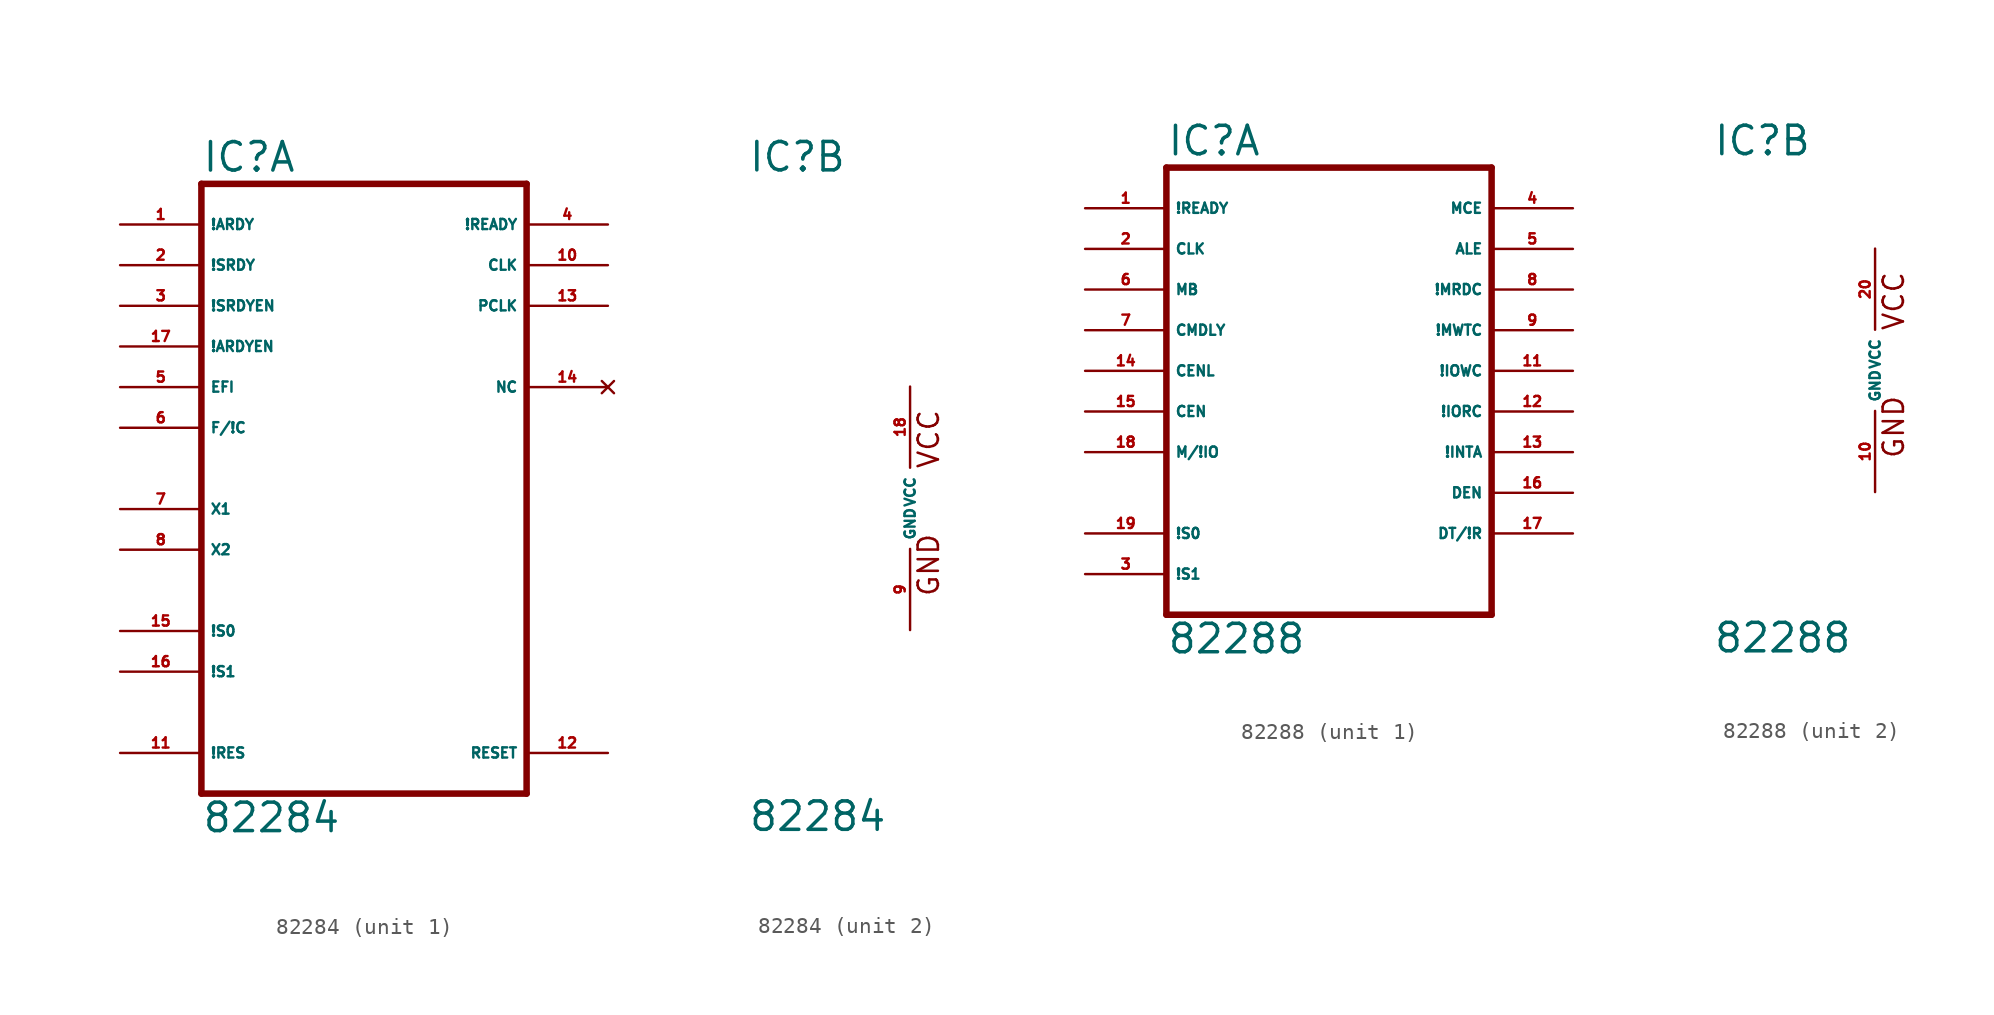
<source format=kicad_sym>
(kicad_symbol_lib
  (version 20220914)
  (generator Eagle2Kicad)
  (symbol "82284"
    (property "Reference" "IC"
      (at -10.16 20.955 0)
      (effects (font (size 1.778 1.778) (thickness 0.22)) (justify left bottom)))
    (property "Value" "82284"
      (at -10.16 -20.32 0)
      (effects (font (size 1.778 1.778) (thickness 0.22)) (justify left bottom)))
    (symbol "82284_1_0"
      (polyline (pts (xy -10.16 -17.78) (xy 10.16 -17.78)) (stroke (width 0.406) (type default)) (fill (type none)))
      (polyline (pts (xy 10.16 -17.78) (xy 10.16 20.32)) (stroke (width 0.406) (type default)) (fill (type none)))
      (polyline (pts (xy 10.16 20.32) (xy -10.16 20.32)) (stroke (width 0.406) (type default)) (fill (type none)))
      (polyline (pts (xy -10.16 20.32) (xy -10.16 -17.78)) (stroke (width 0.406) (type default)) (fill (type none)))
      (pin input line (at -15.24 -15.24 0) (length 5.08) (name "!RES" (effects (font (size 0.635 0.635) (thickness 0.08)) (justify left bottom))) (number "11" (effects (font (size 0.635 0.635) (thickness 0.08)) (justify left bottom))))
      (pin input line (at -15.24 17.78 0) (length 5.08) (name "!ARDY" (effects (font (size 0.635 0.635) (thickness 0.08)) (justify left bottom))) (number "1" (effects (font (size 0.635 0.635) (thickness 0.08)) (justify left bottom))))
      (pin input line (at -15.24 15.24 0) (length 5.08) (name "!SRDY" (effects (font (size 0.635 0.635) (thickness 0.08)) (justify left bottom))) (number "2" (effects (font (size 0.635 0.635) (thickness 0.08)) (justify left bottom))))
      (pin input line (at -15.24 12.7 0) (length 5.08) (name "!SRDYEN" (effects (font (size 0.635 0.635) (thickness 0.08)) (justify left bottom))) (number "3" (effects (font (size 0.635 0.635) (thickness 0.08)) (justify left bottom))))
      (pin input line (at -15.24 7.62 0) (length 5.08) (name "EFI" (effects (font (size 0.635 0.635) (thickness 0.08)) (justify left bottom))) (number "5" (effects (font (size 0.635 0.635) (thickness 0.08)) (justify left bottom))))
      (pin input line (at -15.24 5.08 0) (length 5.08) (name "F/!C" (effects (font (size 0.635 0.635) (thickness 0.08)) (justify left bottom))) (number "6" (effects (font (size 0.635 0.635) (thickness 0.08)) (justify left bottom))))
      (pin input line (at -15.24 0 0) (length 5.08) (name "X1" (effects (font (size 0.635 0.635) (thickness 0.08)) (justify left bottom))) (number "7" (effects (font (size 0.635 0.635) (thickness 0.08)) (justify left bottom))))
      (pin input line (at -15.24 -7.62 0) (length 5.08) (name "!S0" (effects (font (size 0.635 0.635) (thickness 0.08)) (justify left bottom))) (number "15" (effects (font (size 0.635 0.635) (thickness 0.08)) (justify left bottom))))
      (pin input line (at -15.24 -10.16 0) (length 5.08) (name "!S1" (effects (font (size 0.635 0.635) (thickness 0.08)) (justify left bottom))) (number "16" (effects (font (size 0.635 0.635) (thickness 0.08)) (justify left bottom))))
      (pin input line (at -15.24 10.16 0) (length 5.08) (name "!ARDYEN" (effects (font (size 0.635 0.635) (thickness 0.08)) (justify left bottom))) (number "17" (effects (font (size 0.635 0.635) (thickness 0.08)) (justify left bottom))))
      (pin input line (at -15.24 -2.54 0) (length 5.08) (name "X2" (effects (font (size 0.635 0.635) (thickness 0.08)) (justify left bottom))) (number "8" (effects (font (size 0.635 0.635) (thickness 0.08)) (justify left bottom))))
      (pin output line (at 15.24 17.78 180) (length 5.08) (name "!READY" (effects (font (size 0.635 0.635) (thickness 0.08)) (justify left bottom))) (number "4" (effects (font (size 0.635 0.635) (thickness 0.08)) (justify left bottom))))
      (pin output line (at 15.24 15.24 180) (length 5.08) (name "CLK" (effects (font (size 0.635 0.635) (thickness 0.08)) (justify left bottom))) (number "10" (effects (font (size 0.635 0.635) (thickness 0.08)) (justify left bottom))))
      (pin output line (at 15.24 -15.24 180) (length 5.08) (name "RESET" (effects (font (size 0.635 0.635) (thickness 0.08)) (justify left bottom))) (number "12" (effects (font (size 0.635 0.635) (thickness 0.08)) (justify left bottom))))
      (pin output line (at 15.24 12.7 180) (length 5.08) (name "PCLK" (effects (font (size 0.635 0.635) (thickness 0.08)) (justify left bottom))) (number "13" (effects (font (size 0.635 0.635) (thickness 0.08)) (justify left bottom))))
      (pin no_connect line (at 15.24 7.62 180) (length 5.08) (name "NC" (effects (font (size 0.635 0.635) (thickness 0.08)) (justify left bottom) hide)) (number "14" (effects (font (size 0.635 0.635) (thickness 0.08)) (justify left bottom) hide))))
    (symbol "82284_2_0"
      (text "GND" (at 1.905 -5.588 900) (effects (font (size 1.27 1.27) (thickness 0.16)) (justify left bottom)))
      (text "VCC" (at 1.905 2.413 900) (effects (font (size 1.27 1.27) (thickness 0.16)) (justify left bottom)))
      (pin unspecified line (at 0 7.62 270) (length 5.08) (name "VCC" (effects (font (size 0.635 0.635) (thickness 0.08)) (justify left bottom))) (number "18" (effects (font (size 0.635 0.635) (thickness 0.08)) (justify left bottom))))
      (pin unspecified line (at 0 -7.62 90) (length 5.08) (name "GND" (effects (font (size 0.635 0.635) (thickness 0.08)) (justify left bottom))) (number "9" (effects (font (size 0.635 0.635) (thickness 0.08)) (justify left bottom))))))
  (symbol "82288"
    (property "Reference" "IC"
      (at -10.16 13.335 0)
      (effects (font (size 1.778 1.778) (thickness 0.22)) (justify left bottom)))
    (property "Value" "82288"
      (at -10.16 -17.78 0)
      (effects (font (size 1.778 1.778) (thickness 0.22)) (justify left bottom)))
    (symbol "82288_1_0"
      (polyline (pts (xy -10.16 -15.24) (xy 10.16 -15.24)) (stroke (width 0.406) (type default)) (fill (type none)))
      (polyline (pts (xy 10.16 -15.24) (xy 10.16 12.7)) (stroke (width 0.406) (type default)) (fill (type none)))
      (polyline (pts (xy 10.16 12.7) (xy -10.16 12.7)) (stroke (width 0.406) (type default)) (fill (type none)))
      (polyline (pts (xy -10.16 12.7) (xy -10.16 -15.24)) (stroke (width 0.406) (type default)) (fill (type none)))
      (pin input line (at -15.24 10.16 0) (length 5.08) (name "!READY" (effects (font (size 0.635 0.635) (thickness 0.08)) (justify left bottom))) (number "1" (effects (font (size 0.635 0.635) (thickness 0.08)) (justify left bottom))))
      (pin input line (at -15.24 7.62 0) (length 5.08) (name "CLK" (effects (font (size 0.635 0.635) (thickness 0.08)) (justify left bottom))) (number "2" (effects (font (size 0.635 0.635) (thickness 0.08)) (justify left bottom))))
      (pin input line (at -15.24 5.08 0) (length 5.08) (name "MB" (effects (font (size 0.635 0.635) (thickness 0.08)) (justify left bottom))) (number "6" (effects (font (size 0.635 0.635) (thickness 0.08)) (justify left bottom))))
      (pin input line (at -15.24 2.54 0) (length 5.08) (name "CMDLY" (effects (font (size 0.635 0.635) (thickness 0.08)) (justify left bottom))) (number "7" (effects (font (size 0.635 0.635) (thickness 0.08)) (justify left bottom))))
      (pin input line (at -15.24 0 0) (length 5.08) (name "CENL" (effects (font (size 0.635 0.635) (thickness 0.08)) (justify left bottom))) (number "14" (effects (font (size 0.635 0.635) (thickness 0.08)) (justify left bottom))))
      (pin input line (at -15.24 -10.16 0) (length 5.08) (name "!S0" (effects (font (size 0.635 0.635) (thickness 0.08)) (justify left bottom))) (number "19" (effects (font (size 0.635 0.635) (thickness 0.08)) (justify left bottom))))
      (pin input line (at -15.24 -12.7 0) (length 5.08) (name "!S1" (effects (font (size 0.635 0.635) (thickness 0.08)) (justify left bottom))) (number "3" (effects (font (size 0.635 0.635) (thickness 0.08)) (justify left bottom))))
      (pin output line (at 15.24 10.16 180) (length 5.08) (name "MCE" (effects (font (size 0.635 0.635) (thickness 0.08)) (justify left bottom))) (number "4" (effects (font (size 0.635 0.635) (thickness 0.08)) (justify left bottom))))
      (pin output line (at 15.24 7.62 180) (length 5.08) (name "ALE" (effects (font (size 0.635 0.635) (thickness 0.08)) (justify left bottom))) (number "5" (effects (font (size 0.635 0.635) (thickness 0.08)) (justify left bottom))))
      (pin output line (at 15.24 5.08 180) (length 5.08) (name "!MRDC" (effects (font (size 0.635 0.635) (thickness 0.08)) (justify left bottom))) (number "8" (effects (font (size 0.635 0.635) (thickness 0.08)) (justify left bottom))))
      (pin output line (at 15.24 2.54 180) (length 5.08) (name "!MWTC" (effects (font (size 0.635 0.635) (thickness 0.08)) (justify left bottom))) (number "9" (effects (font (size 0.635 0.635) (thickness 0.08)) (justify left bottom))))
      (pin output line (at 15.24 0 180) (length 5.08) (name "!IOWC" (effects (font (size 0.635 0.635) (thickness 0.08)) (justify left bottom))) (number "11" (effects (font (size 0.635 0.635) (thickness 0.08)) (justify left bottom))))
      (pin output line (at 15.24 -2.54 180) (length 5.08) (name "!IORC" (effects (font (size 0.635 0.635) (thickness 0.08)) (justify left bottom))) (number "12" (effects (font (size 0.635 0.635) (thickness 0.08)) (justify left bottom))))
      (pin output line (at 15.24 -5.08 180) (length 5.08) (name "!INTA" (effects (font (size 0.635 0.635) (thickness 0.08)) (justify left bottom))) (number "13" (effects (font (size 0.635 0.635) (thickness 0.08)) (justify left bottom))))
      (pin input line (at -15.24 -2.54 0) (length 5.08) (name "CEN" (effects (font (size 0.635 0.635) (thickness 0.08)) (justify left bottom))) (number "15" (effects (font (size 0.635 0.635) (thickness 0.08)) (justify left bottom))))
      (pin input line (at -15.24 -5.08 0) (length 5.08) (name "M/!IO" (effects (font (size 0.635 0.635) (thickness 0.08)) (justify left bottom))) (number "18" (effects (font (size 0.635 0.635) (thickness 0.08)) (justify left bottom))))
      (pin output line (at 15.24 -7.62 180) (length 5.08) (name "DEN" (effects (font (size 0.635 0.635) (thickness 0.08)) (justify left bottom))) (number "16" (effects (font (size 0.635 0.635) (thickness 0.08)) (justify left bottom))))
      (pin output line (at 15.24 -10.16 180) (length 5.08) (name "DT/!R" (effects (font (size 0.635 0.635) (thickness 0.08)) (justify left bottom))) (number "17" (effects (font (size 0.635 0.635) (thickness 0.08)) (justify left bottom)))))
    (symbol "82288_2_0"
      (text "GND" (at 1.905 -5.588 900) (effects (font (size 1.27 1.27) (thickness 0.16)) (justify left bottom)))
      (text "VCC" (at 1.905 2.413 900) (effects (font (size 1.27 1.27) (thickness 0.16)) (justify left bottom)))
      (pin unspecified line (at 0 7.62 270) (length 5.08) (name "VCC" (effects (font (size 0.635 0.635) (thickness 0.08)) (justify left bottom))) (number "20" (effects (font (size 0.635 0.635) (thickness 0.08)) (justify left bottom))))
      (pin unspecified line (at 0 -7.62 90) (length 5.08) (name "GND" (effects (font (size 0.635 0.635) (thickness 0.08)) (justify left bottom))) (number "10" (effects (font (size 0.635 0.635) (thickness 0.08)) (justify left bottom)))))))
</source>
